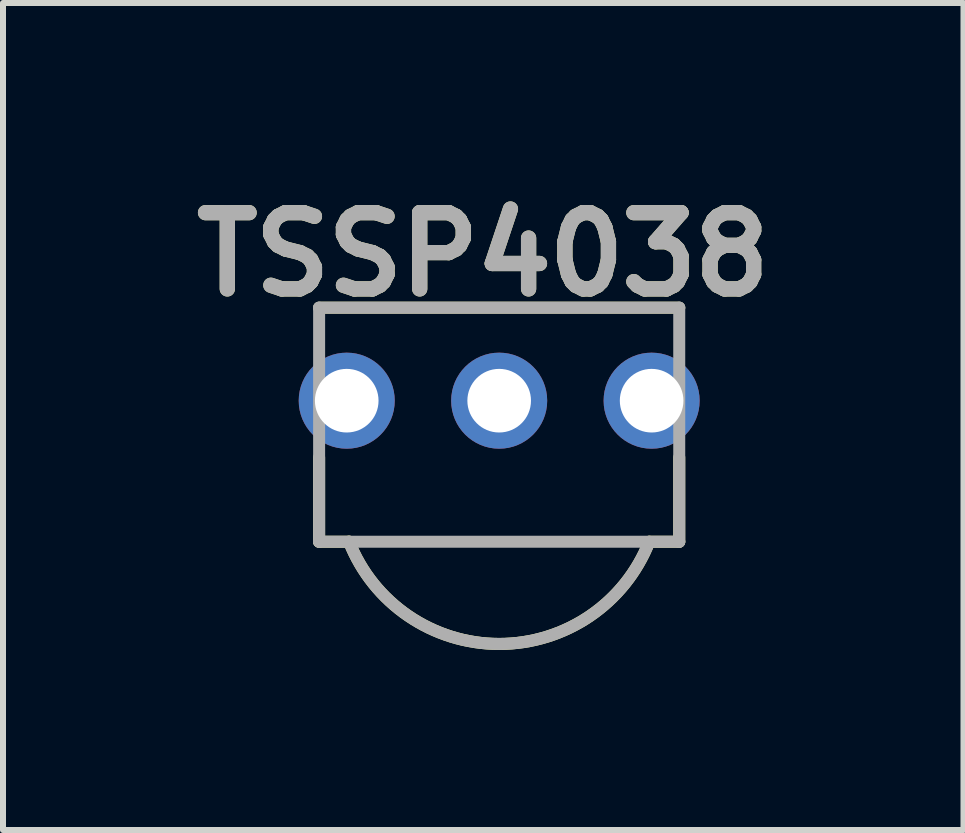
<source format=kicad_pcb>
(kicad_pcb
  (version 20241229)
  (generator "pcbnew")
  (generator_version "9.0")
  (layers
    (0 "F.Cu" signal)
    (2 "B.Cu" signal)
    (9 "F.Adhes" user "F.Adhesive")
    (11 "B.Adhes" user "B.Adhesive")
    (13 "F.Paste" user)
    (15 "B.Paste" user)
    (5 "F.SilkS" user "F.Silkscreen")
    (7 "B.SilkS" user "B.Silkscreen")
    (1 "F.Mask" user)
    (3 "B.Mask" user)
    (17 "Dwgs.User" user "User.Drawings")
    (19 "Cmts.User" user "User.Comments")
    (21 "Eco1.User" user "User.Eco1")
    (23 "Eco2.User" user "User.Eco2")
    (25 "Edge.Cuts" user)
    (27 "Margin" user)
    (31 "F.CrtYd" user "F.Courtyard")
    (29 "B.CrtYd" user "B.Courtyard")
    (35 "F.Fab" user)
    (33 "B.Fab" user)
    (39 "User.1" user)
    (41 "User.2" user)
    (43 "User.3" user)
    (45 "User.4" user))
  (footprint "TSSP4038"
    (layer "F.Cu")
    (at 5.267 2.076)
    (property "Reference" "TSSP4038" (at -0.266 -0.887 0) (layer "F.SilkS") (effects (font (size 1.27 1.27) (thickness 0.254))))
    (attr through_hole)
    (fp_line (start -3 0) (end 3 0) (stroke (width 0.2) (type solid)) (layer "F.SilkS"))
    (fp_line (start -3 3.9) (end -3 2.495) (stroke (width 0.2) (type solid)) (layer "F.SilkS"))
    (fp_line (start -3 3.9) (end -2.5 3.9) (stroke (width 0.2) (type solid)) (layer "F.SilkS"))
    (fp_line (start 3 3.9) (end 2.5 3.9) (stroke (width 0.2) (type solid)) (layer "F.SilkS"))
    (fp_line (start 3 3.9) (end 3 2.495) (stroke (width 0.2) (type solid)) (layer "F.SilkS"))
    (fp_arc (start 2.5 3.9) (mid -0.001152 5.603001) (end -2.500843 3.897855) (stroke (width 0.2) (type solid)) (layer "F.SilkS"))
    (fp_line (start -3 0) (end 3 0) (stroke (width 0.2) (type solid)) (layer "F.Fab"))
    (fp_line (start -3 3.9) (end -3 0) (stroke (width 0.2) (type solid)) (layer "F.Fab"))
    (fp_line (start 3 0) (end 3 3.9) (stroke (width 0.2) (type solid)) (layer "F.Fab"))
    (fp_line (start 3 3.9) (end -3 3.9) (stroke (width 0.2) (type solid)) (layer "F.Fab"))
    (fp_arc (start 2.499174 3.902097) (mid -0.001127 5.602957) (end -2.5 3.9) (stroke (width 0.2) (type solid)) (layer "F.Fab"))
    (fp_text user "${REFERENCE}" (at -0.266 -0.887 0) (layer "F.Fab") (effects (font (size 1.27 1.27) (thickness 0.254))))
    (pad "1" thru_hole circle (at -2.54 1.55) (size 1.6 1.6) (drill 1.06) (layers "*.Cu" "*.Mask"))
    (pad "2" thru_hole circle (at 0 1.55) (size 1.6 1.6) (drill 1.06) (layers "*.Cu" "*.Mask"))
    (pad "3" thru_hole circle (at 2.54 1.55) (size 1.6 1.6) (drill 1.06) (layers "*.Cu" "*.Mask")))
  (gr_rect
    (start -3 -3)
    (end 13.003 10.779)
    (stroke (width 0.1) (type default))
    (fill no)
    (layer "Edge.Cuts")))
</source>
